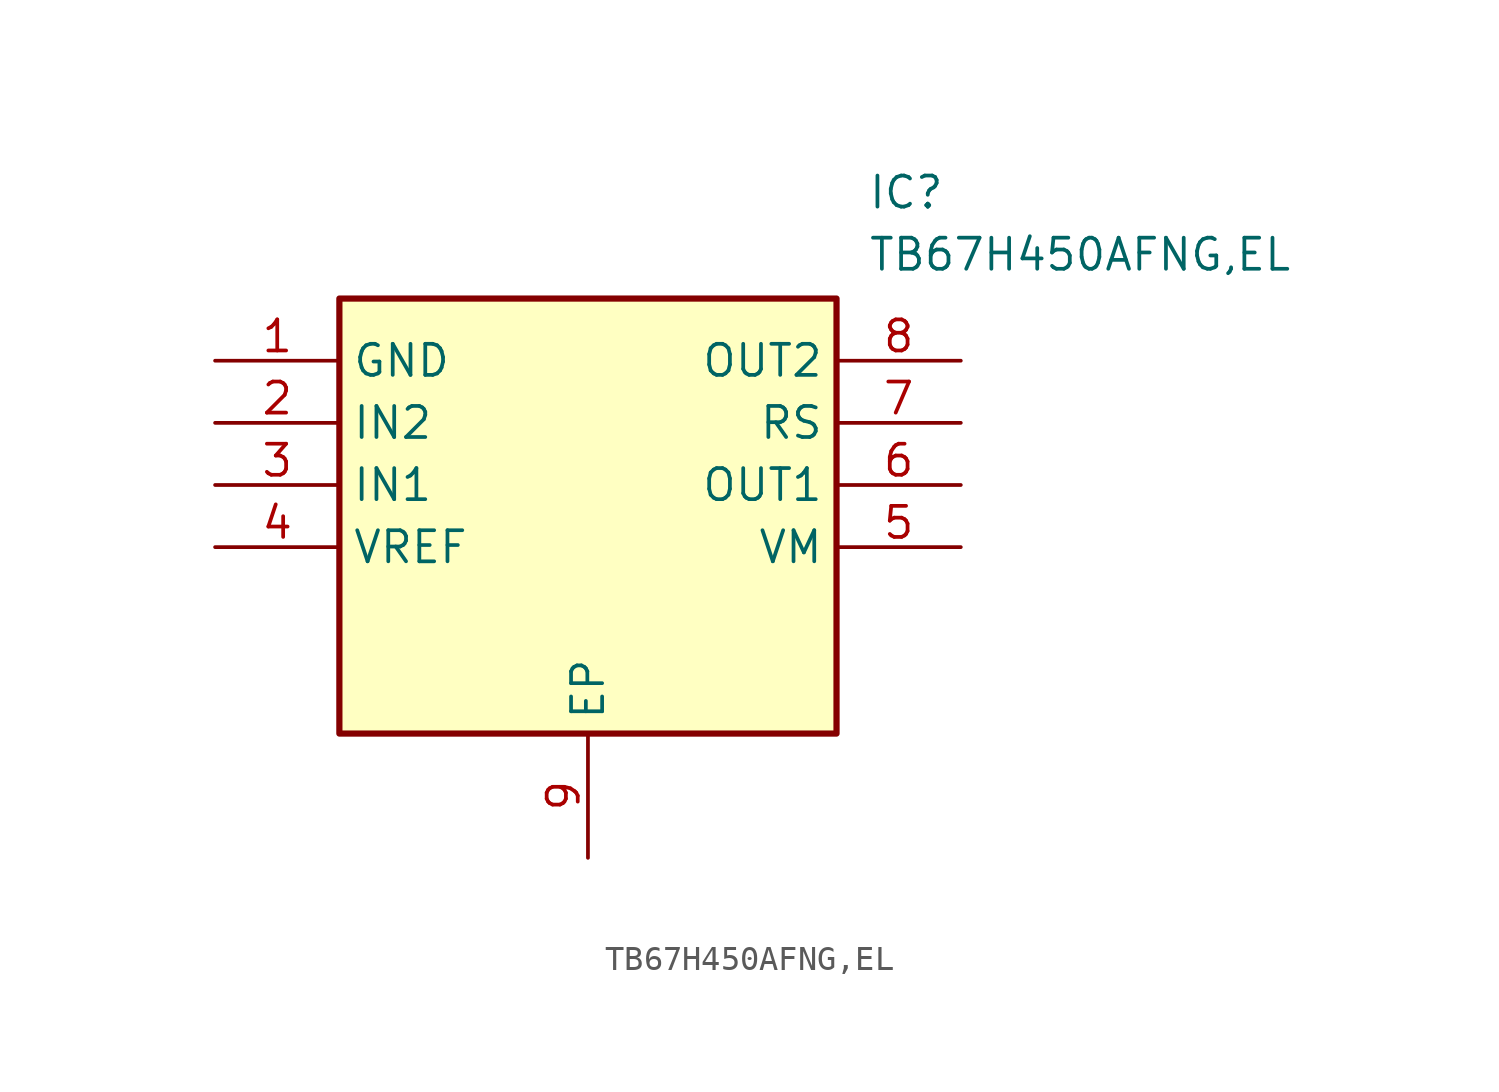
<source format=kicad_sym>
(kicad_symbol_lib
  (version 20211014)
  (generator SamacSys_ECAD_Model)
  (symbol "TB67H450AFNG,EL"
    (property "Reference" "IC"
      (at 26.67 7.62 0)
      (effects (font (size 1.27 1.27)) (justify left top)))
    (property "Value" "TB67H450AFNG,EL"
      (at 26.67 5.08 0)
      (effects (font (size 1.27 1.27)) (justify left top)))
    (rectangle
      (start 5.08 2.54)
      (end 25.4 -15.24)
      (stroke (width 0.254) (type default))
      (fill (type background)))
    (pin passive line
      (at 0 0 0)
      (length 5.08)
      (name "GND" (effects (font (size 1.27 1.27))))
      (number "1" (effects (font (size 1.27 1.27)))))
    (pin passive line
      (at 0 -2.54 0)
      (length 5.08)
      (name "IN2" (effects (font (size 1.27 1.27))))
      (number "2" (effects (font (size 1.27 1.27)))))
    (pin passive line
      (at 0 -5.08 0)
      (length 5.08)
      (name "IN1" (effects (font (size 1.27 1.27))))
      (number "3" (effects (font (size 1.27 1.27)))))
    (pin passive line
      (at 0 -7.62 0)
      (length 5.08)
      (name "VREF" (effects (font (size 1.27 1.27))))
      (number "4" (effects (font (size 1.27 1.27)))))
    (pin passive line
      (at 15.24 -20.32 90)
      (length 5.08)
      (name "EP" (effects (font (size 1.27 1.27))))
      (number "9" (effects (font (size 1.27 1.27)))))
    (pin passive line
      (at 30.48 0 180)
      (length 5.08)
      (name "OUT2" (effects (font (size 1.27 1.27))))
      (number "8" (effects (font (size 1.27 1.27)))))
    (pin passive line
      (at 30.48 -2.54 180)
      (length 5.08)
      (name "RS" (effects (font (size 1.27 1.27))))
      (number "7" (effects (font (size 1.27 1.27)))))
    (pin passive line
      (at 30.48 -5.08 180)
      (length 5.08)
      (name "OUT1" (effects (font (size 1.27 1.27))))
      (number "6" (effects (font (size 1.27 1.27)))))
    (pin passive line
      (at 30.48 -7.62 180)
      (length 5.08)
      (name "VM" (effects (font (size 1.27 1.27))))
      (number "5" (effects (font (size 1.27 1.27)))))))
</source>
